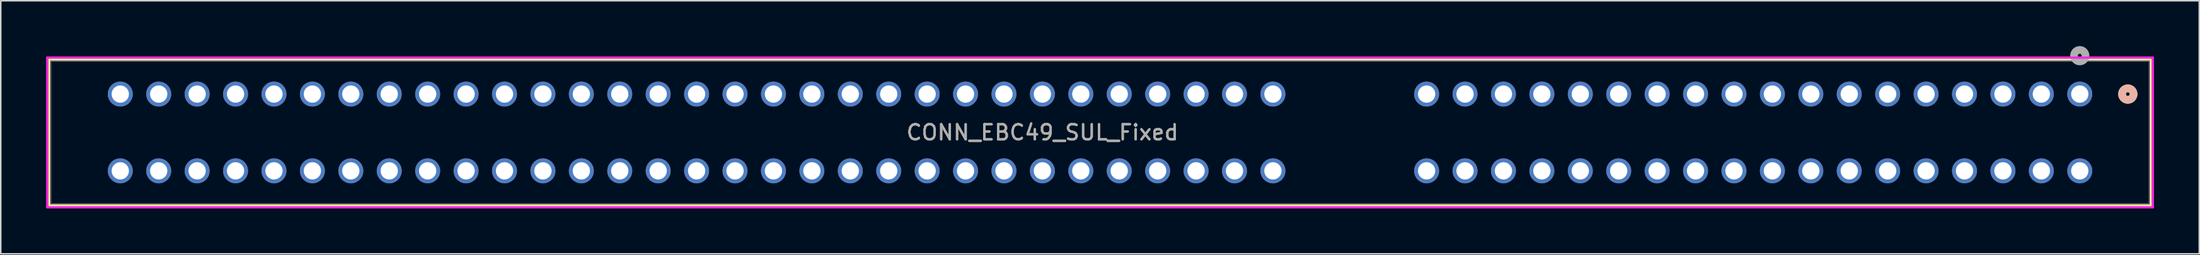
<source format=kicad_pcb>
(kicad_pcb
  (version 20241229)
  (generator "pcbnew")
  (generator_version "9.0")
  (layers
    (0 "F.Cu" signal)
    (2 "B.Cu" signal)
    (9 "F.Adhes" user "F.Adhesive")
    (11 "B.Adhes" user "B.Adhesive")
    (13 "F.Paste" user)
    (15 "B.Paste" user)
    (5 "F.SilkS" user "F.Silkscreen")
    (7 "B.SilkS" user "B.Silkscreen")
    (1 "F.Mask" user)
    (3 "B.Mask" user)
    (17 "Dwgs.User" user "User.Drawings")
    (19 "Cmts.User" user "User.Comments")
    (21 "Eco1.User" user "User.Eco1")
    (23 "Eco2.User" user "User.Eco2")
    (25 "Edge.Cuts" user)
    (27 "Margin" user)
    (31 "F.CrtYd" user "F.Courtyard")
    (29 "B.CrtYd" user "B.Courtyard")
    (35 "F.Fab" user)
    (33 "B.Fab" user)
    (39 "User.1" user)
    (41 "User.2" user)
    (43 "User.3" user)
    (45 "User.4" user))
  (footprint "CONN_EBC49_SUL_Fixed"
    (layer "F.Cu")
    (at 134.442 3.175)
    (property "Reference" "CONN_EBC49_SUL_Fixed" (at -68.58 2.54 0) (unlocked yes) (layer "F.SilkS") (effects (font (size 1 1) (thickness 0.15))))
    (attr through_hole)
    (fp_line (start -134.239 -2.286) (end -134.239 7.366) (stroke (width 0.152) (type solid)) (layer "F.SilkS"))
    (fp_line (start -134.239 7.366) (end 4.699 7.366) (stroke (width 0.152) (type solid)) (layer "F.SilkS"))
    (fp_line (start 4.699 -2.286) (end -134.239 -2.286) (stroke (width 0.152) (type solid)) (layer "F.SilkS"))
    (fp_line (start 4.699 7.366) (end 4.699 -2.286) (stroke (width 0.152) (type solid)) (layer "F.SilkS"))
    (fp_circle (center 3.175 0) (end 3.556 0) (stroke (width 0.508) (type solid)) (fill no) (layer "F.SilkS"))
    (fp_circle (center 3.175 0) (end 3.556 0) (stroke (width 0.508) (type solid)) (fill no) (layer "B.SilkS"))
    (fp_line (start -134.366 -2.413) (end -134.366 7.493) (stroke (width 0.152) (type solid)) (layer "F.CrtYd"))
    (fp_line (start -134.366 7.493) (end 4.826 7.493) (stroke (width 0.152) (type solid)) (layer "F.CrtYd"))
    (fp_line (start 4.826 -2.413) (end -134.366 -2.413) (stroke (width 0.152) (type solid)) (layer "F.CrtYd"))
    (fp_line (start 4.826 7.493) (end 4.826 -2.413) (stroke (width 0.152) (type solid)) (layer "F.CrtYd"))
    (fp_line (start -134.112 -2.159) (end -134.112 7.239) (stroke (width 0.025) (type solid)) (layer "F.Fab"))
    (fp_line (start -134.112 7.239) (end 4.572 7.239) (stroke (width 0.025) (type solid)) (layer "F.Fab"))
    (fp_line (start 4.572 -2.159) (end -134.112 -2.159) (stroke (width 0.025) (type solid)) (layer "F.Fab"))
    (fp_line (start 4.572 7.239) (end 4.572 -2.159) (stroke (width 0.025) (type solid)) (layer "F.Fab"))
    (fp_circle (center 0 -2.54) (end 0.381 -2.54) (stroke (width 0.508) (type solid)) (fill no) (layer "F.Fab"))
    (fp_text user "${REFERENCE}" (at -68.58 2.54 0) (unlocked yes) (layer "F.Fab") (effects (font (size 1 1) (thickness 0.15))))
    (pad "1" thru_hole circle (at -129.54 0) (size 1.651 1.651) (drill 1.143) (layers "*.Cu" "*.Mask"))
    (pad "2" thru_hole circle (at -127 0) (size 1.651 1.651) (drill 1.143) (layers "*.Cu" "*.Mask"))
    (pad "3" thru_hole circle (at -124.46 0) (size 1.651 1.651) (drill 1.143) (layers "*.Cu" "*.Mask"))
    (pad "4" thru_hole circle (at -121.92 0) (size 1.651 1.651) (drill 1.143) (layers "*.Cu" "*.Mask"))
    (pad "5" thru_hole circle (at -119.38 0) (size 1.651 1.651) (drill 1.143) (layers "*.Cu" "*.Mask"))
    (pad "6" thru_hole circle (at -116.84 0) (size 1.651 1.651) (drill 1.143) (layers "*.Cu" "*.Mask"))
    (pad "7" thru_hole circle (at -114.3 0) (size 1.651 1.651) (drill 1.143) (layers "*.Cu" "*.Mask"))
    (pad "8" thru_hole circle (at -111.76 0) (size 1.651 1.651) (drill 1.143) (layers "*.Cu" "*.Mask"))
    (pad "9" thru_hole circle (at -109.22 0) (size 1.651 1.651) (drill 1.143) (layers "*.Cu" "*.Mask"))
    (pad "10" thru_hole circle (at -106.68 0) (size 1.651 1.651) (drill 1.143) (layers "*.Cu" "*.Mask"))
    (pad "11" thru_hole circle (at -104.14 0) (size 1.651 1.651) (drill 1.143) (layers "*.Cu" "*.Mask"))
    (pad "12" thru_hole circle (at -101.6 0) (size 1.651 1.651) (drill 1.143) (layers "*.Cu" "*.Mask"))
    (pad "13" thru_hole circle (at -99.06 0) (size 1.651 1.651) (drill 1.143) (layers "*.Cu" "*.Mask"))
    (pad "14" thru_hole circle (at -96.52 0) (size 1.651 1.651) (drill 1.143) (layers "*.Cu" "*.Mask"))
    (pad "15" thru_hole circle (at -93.98 0) (size 1.651 1.651) (drill 1.143) (layers "*.Cu" "*.Mask"))
    (pad "16" thru_hole circle (at -91.44 0) (size 1.651 1.651) (drill 1.143) (layers "*.Cu" "*.Mask"))
    (pad "17" thru_hole circle (at -88.9 0) (size 1.651 1.651) (drill 1.143) (layers "*.Cu" "*.Mask"))
    (pad "18" thru_hole circle (at -86.36 0) (size 1.651 1.651) (drill 1.143) (layers "*.Cu" "*.Mask"))
    (pad "19" thru_hole circle (at -83.82 0) (size 1.651 1.651) (drill 1.143) (layers "*.Cu" "*.Mask"))
    (pad "20" thru_hole circle (at -81.28 0) (size 1.651 1.651) (drill 1.143) (layers "*.Cu" "*.Mask"))
    (pad "21" thru_hole circle (at -78.74 0) (size 1.651 1.651) (drill 1.143) (layers "*.Cu" "*.Mask"))
    (pad "22" thru_hole circle (at -76.2 0) (size 1.651 1.651) (drill 1.143) (layers "*.Cu" "*.Mask"))
    (pad "23" thru_hole circle (at -73.66 0) (size 1.651 1.651) (drill 1.143) (layers "*.Cu" "*.Mask"))
    (pad "24" thru_hole circle (at -71.12 0) (size 1.651 1.651) (drill 1.143) (layers "*.Cu" "*.Mask"))
    (pad "25" thru_hole circle (at -68.58 0) (size 1.651 1.651) (drill 1.143) (layers "*.Cu" "*.Mask"))
    (pad "26" thru_hole circle (at -66.04 0) (size 1.651 1.651) (drill 1.143) (layers "*.Cu" "*.Mask"))
    (pad "27" thru_hole circle (at -63.5 0) (size 1.651 1.651) (drill 1.143) (layers "*.Cu" "*.Mask"))
    (pad "28" thru_hole circle (at -60.96 0) (size 1.651 1.651) (drill 1.143) (layers "*.Cu" "*.Mask"))
    (pad "29" thru_hole circle (at -58.42 0) (size 1.651 1.651) (drill 1.143) (layers "*.Cu" "*.Mask"))
    (pad "30" thru_hole circle (at -55.88 0) (size 1.651 1.651) (drill 1.143) (layers "*.Cu" "*.Mask"))
    (pad "31" thru_hole circle (at -53.34 0) (size 1.651 1.651) (drill 1.143) (layers "*.Cu" "*.Mask"))
    (pad "32" thru_hole circle (at -129.54 5.08) (size 1.651 1.651) (drill 1.143) (layers "*.Cu" "*.Mask"))
    (pad "33" thru_hole circle (at -127 5.08) (size 1.651 1.651) (drill 1.143) (layers "*.Cu" "*.Mask"))
    (pad "34" thru_hole circle (at -124.46 5.08) (size 1.651 1.651) (drill 1.143) (layers "*.Cu" "*.Mask"))
    (pad "35" thru_hole circle (at -121.92 5.08) (size 1.651 1.651) (drill 1.143) (layers "*.Cu" "*.Mask"))
    (pad "36" thru_hole circle (at -119.38 5.08) (size 1.651 1.651) (drill 1.143) (layers "*.Cu" "*.Mask"))
    (pad "37" thru_hole circle (at -116.84 5.08) (size 1.651 1.651) (drill 1.143) (layers "*.Cu" "*.Mask"))
    (pad "38" thru_hole circle (at -114.3 5.08) (size 1.651 1.651) (drill 1.143) (layers "*.Cu" "*.Mask"))
    (pad "39" thru_hole circle (at -111.76 5.08) (size 1.651 1.651) (drill 1.143) (layers "*.Cu" "*.Mask"))
    (pad "40" thru_hole circle (at -109.22 5.08) (size 1.651 1.651) (drill 1.143) (layers "*.Cu" "*.Mask"))
    (pad "41" thru_hole circle (at -106.68 5.08) (size 1.651 1.651) (drill 1.143) (layers "*.Cu" "*.Mask"))
    (pad "42" thru_hole circle (at -104.14 5.08) (size 1.651 1.651) (drill 1.143) (layers "*.Cu" "*.Mask"))
    (pad "43" thru_hole circle (at -101.6 5.08) (size 1.651 1.651) (drill 1.143) (layers "*.Cu" "*.Mask"))
    (pad "44" thru_hole circle (at -99.06 5.08) (size 1.651 1.651) (drill 1.143) (layers "*.Cu" "*.Mask"))
    (pad "45" thru_hole circle (at -96.52 5.08) (size 1.651 1.651) (drill 1.143) (layers "*.Cu" "*.Mask"))
    (pad "46" thru_hole circle (at -93.98 5.08) (size 1.651 1.651) (drill 1.143) (layers "*.Cu" "*.Mask"))
    (pad "47" thru_hole circle (at -91.44 5.08) (size 1.651 1.651) (drill 1.143) (layers "*.Cu" "*.Mask"))
    (pad "48" thru_hole circle (at -88.9 5.08) (size 1.651 1.651) (drill 1.143) (layers "*.Cu" "*.Mask"))
    (pad "49" thru_hole circle (at -86.36 5.08) (size 1.651 1.651) (drill 1.143) (layers "*.Cu" "*.Mask"))
    (pad "50" thru_hole circle (at -83.82 5.08) (size 1.651 1.651) (drill 1.143) (layers "*.Cu" "*.Mask"))
    (pad "51" thru_hole circle (at -81.28 5.08) (size 1.651 1.651) (drill 1.143) (layers "*.Cu" "*.Mask"))
    (pad "52" thru_hole circle (at -78.74 5.08) (size 1.651 1.651) (drill 1.143) (layers "*.Cu" "*.Mask"))
    (pad "53" thru_hole circle (at -76.2 5.08) (size 1.651 1.651) (drill 1.143) (layers "*.Cu" "*.Mask"))
    (pad "54" thru_hole circle (at -73.66 5.08) (size 1.651 1.651) (drill 1.143) (layers "*.Cu" "*.Mask"))
    (pad "55" thru_hole circle (at -71.12 5.08) (size 1.651 1.651) (drill 1.143) (layers "*.Cu" "*.Mask"))
    (pad "56" thru_hole circle (at -68.58 5.08) (size 1.651 1.651) (drill 1.143) (layers "*.Cu" "*.Mask"))
    (pad "57" thru_hole circle (at -66.04 5.08) (size 1.651 1.651) (drill 1.143) (layers "*.Cu" "*.Mask"))
    (pad "58" thru_hole circle (at -63.5 5.08) (size 1.651 1.651) (drill 1.143) (layers "*.Cu" "*.Mask"))
    (pad "59" thru_hole circle (at -60.96 5.08) (size 1.651 1.651) (drill 1.143) (layers "*.Cu" "*.Mask"))
    (pad "60" thru_hole circle (at -58.42 5.08) (size 1.651 1.651) (drill 1.143) (layers "*.Cu" "*.Mask"))
    (pad "61" thru_hole circle (at -55.88 5.08) (size 1.651 1.651) (drill 1.143) (layers "*.Cu" "*.Mask"))
    (pad "62" thru_hole circle (at -53.34 5.08) (size 1.651 1.651) (drill 1.143) (layers "*.Cu" "*.Mask"))
    (pad "63" thru_hole circle (at -43.18 0) (size 1.651 1.651) (drill 1.143) (layers "*.Cu" "*.Mask"))
    (pad "64" thru_hole circle (at -40.64 0) (size 1.651 1.651) (drill 1.143) (layers "*.Cu" "*.Mask"))
    (pad "65" thru_hole circle (at -38.1 0) (size 1.651 1.651) (drill 1.143) (layers "*.Cu" "*.Mask"))
    (pad "66" thru_hole circle (at -35.56 0) (size 1.651 1.651) (drill 1.143) (layers "*.Cu" "*.Mask"))
    (pad "67" thru_hole circle (at -33.02 0) (size 1.651 1.651) (drill 1.143) (layers "*.Cu" "*.Mask"))
    (pad "68" thru_hole circle (at -30.48 0) (size 1.651 1.651) (drill 1.143) (layers "*.Cu" "*.Mask"))
    (pad "69" thru_hole circle (at -27.94 0) (size 1.651 1.651) (drill 1.143) (layers "*.Cu" "*.Mask"))
    (pad "70" thru_hole circle (at -25.4 0) (size 1.651 1.651) (drill 1.143) (layers "*.Cu" "*.Mask"))
    (pad "71" thru_hole circle (at -22.86 0) (size 1.651 1.651) (drill 1.143) (layers "*.Cu" "*.Mask"))
    (pad "72" thru_hole circle (at -20.32 0) (size 1.651 1.651) (drill 1.143) (layers "*.Cu" "*.Mask"))
    (pad "73" thru_hole circle (at -17.78 0) (size 1.651 1.651) (drill 1.143) (layers "*.Cu" "*.Mask"))
    (pad "74" thru_hole circle (at -15.24 0) (size 1.651 1.651) (drill 1.143) (layers "*.Cu" "*.Mask"))
    (pad "75" thru_hole circle (at -12.7 0) (size 1.651 1.651) (drill 1.143) (layers "*.Cu" "*.Mask"))
    (pad "76" thru_hole circle (at -10.16 0) (size 1.651 1.651) (drill 1.143) (layers "*.Cu" "*.Mask"))
    (pad "77" thru_hole circle (at -7.62 0) (size 1.651 1.651) (drill 1.143) (layers "*.Cu" "*.Mask"))
    (pad "78" thru_hole circle (at -5.08 0) (size 1.651 1.651) (drill 1.143) (layers "*.Cu" "*.Mask"))
    (pad "79" thru_hole circle (at -2.54 0) (size 1.651 1.651) (drill 1.143) (layers "*.Cu" "*.Mask"))
    (pad "80" thru_hole circle (at 0 0) (size 1.651 1.651) (drill 1.143) (layers "*.Cu" "*.Mask"))
    (pad "81" thru_hole circle (at -43.18 5.08) (size 1.651 1.651) (drill 1.143) (layers "*.Cu" "*.Mask"))
    (pad "82" thru_hole circle (at -40.64 5.08) (size 1.651 1.651) (drill 1.143) (layers "*.Cu" "*.Mask"))
    (pad "83" thru_hole circle (at -38.1 5.08) (size 1.651 1.651) (drill 1.143) (layers "*.Cu" "*.Mask"))
    (pad "84" thru_hole circle (at -35.56 5.08) (size 1.651 1.651) (drill 1.143) (layers "*.Cu" "*.Mask"))
    (pad "85" thru_hole circle (at -33.02 5.08) (size 1.651 1.651) (drill 1.143) (layers "*.Cu" "*.Mask"))
    (pad "86" thru_hole circle (at -30.48 5.08) (size 1.651 1.651) (drill 1.143) (layers "*.Cu" "*.Mask"))
    (pad "87" thru_hole circle (at -27.94 5.08) (size 1.651 1.651) (drill 1.143) (layers "*.Cu" "*.Mask"))
    (pad "88" thru_hole circle (at -25.4 5.08) (size 1.651 1.651) (drill 1.143) (layers "*.Cu" "*.Mask"))
    (pad "89" thru_hole circle (at -22.86 5.08) (size 1.651 1.651) (drill 1.143) (layers "*.Cu" "*.Mask"))
    (pad "90" thru_hole circle (at -20.32 5.08) (size 1.651 1.651) (drill 1.143) (layers "*.Cu" "*.Mask"))
    (pad "91" thru_hole circle (at -17.78 5.08) (size 1.651 1.651) (drill 1.143) (layers "*.Cu" "*.Mask"))
    (pad "92" thru_hole circle (at -15.24 5.08) (size 1.651 1.651) (drill 1.143) (layers "*.Cu" "*.Mask"))
    (pad "93" thru_hole circle (at -12.7 5.08) (size 1.651 1.651) (drill 1.143) (layers "*.Cu" "*.Mask"))
    (pad "94" thru_hole circle (at -10.16 5.08) (size 1.651 1.651) (drill 1.143) (layers "*.Cu" "*.Mask"))
    (pad "95" thru_hole circle (at -7.62 5.08) (size 1.651 1.651) (drill 1.143) (layers "*.Cu" "*.Mask"))
    (pad "96" thru_hole circle (at -5.08 5.08) (size 1.651 1.651) (drill 1.143) (layers "*.Cu" "*.Mask"))
    (pad "97" thru_hole circle (at -2.54 5.08) (size 1.651 1.651) (drill 1.143) (layers "*.Cu" "*.Mask"))
    (pad "98" thru_hole circle (at 0 5.08) (size 1.651 1.651) (drill 1.143) (layers "*.Cu" "*.Mask")))
  (gr_rect
    (start -3 -3)
    (end 142.344 13.744)
    (stroke (width 0.1) (type default))
    (fill no)
    (layer "Edge.Cuts")))
</source>
